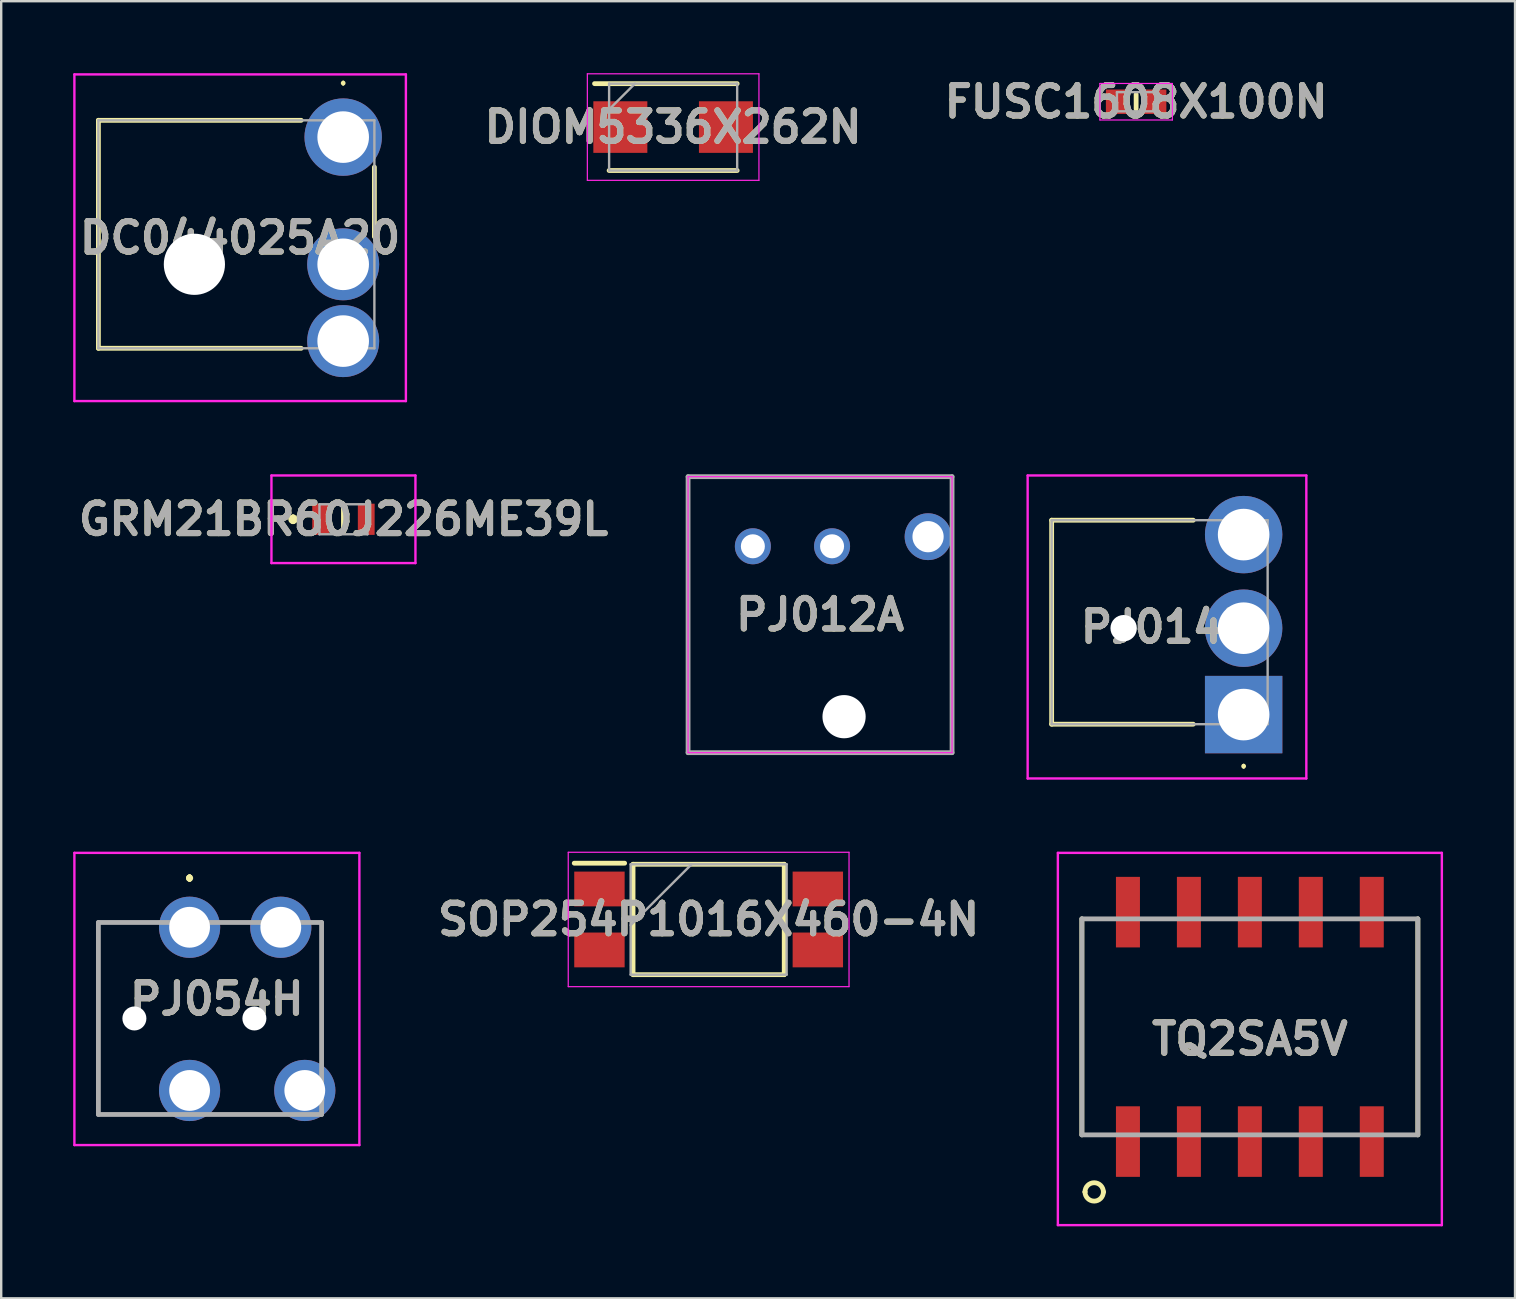
<source format=kicad_pcb>
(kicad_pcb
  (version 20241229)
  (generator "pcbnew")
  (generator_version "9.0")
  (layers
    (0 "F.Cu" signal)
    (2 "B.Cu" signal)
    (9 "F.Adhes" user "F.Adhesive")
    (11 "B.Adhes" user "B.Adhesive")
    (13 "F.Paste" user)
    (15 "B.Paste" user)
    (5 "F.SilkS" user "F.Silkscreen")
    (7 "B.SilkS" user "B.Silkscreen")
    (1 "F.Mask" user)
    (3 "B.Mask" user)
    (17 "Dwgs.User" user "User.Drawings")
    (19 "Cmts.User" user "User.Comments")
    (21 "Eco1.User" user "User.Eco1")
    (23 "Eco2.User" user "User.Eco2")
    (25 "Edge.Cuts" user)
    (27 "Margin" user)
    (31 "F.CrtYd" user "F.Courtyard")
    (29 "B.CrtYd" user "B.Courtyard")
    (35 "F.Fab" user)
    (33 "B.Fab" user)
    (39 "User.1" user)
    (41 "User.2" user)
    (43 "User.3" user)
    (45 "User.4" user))
  (footprint "PJ014D"
    (layer "F.Cu")
    (at 48.771 26.726)
    (property "Reference" "PJ014D" (at -3.194 -3.65 0) (layer "F.SilkS") (effects (font (size 1.27 1.27) (thickness 0.254))))
    (attr through_hole)
    (fp_line (start -8 -8.1) (end -8 0.4) (stroke (width 0.2) (type solid)) (layer "F.SilkS"))
    (fp_line (start -8 0.4) (end -2.1 0.4) (stroke (width 0.2) (type solid)) (layer "F.SilkS"))
    (fp_line (start -2.1 -8.1) (end -8 -8.1) (stroke (width 0.2) (type solid)) (layer "F.SilkS"))
    (fp_line (start 0 2.1) (end 0 2.1) (stroke (width 0.1) (type solid)) (layer "F.SilkS"))
    (fp_line (start 0 2.2) (end 0 2.2) (stroke (width 0.1) (type solid)) (layer "F.SilkS"))
    (fp_arc (start 0 2.1) (mid 0.05 2.15) (end 0 2.2) (stroke (width 0.1) (type solid)) (layer "F.SilkS"))
    (fp_arc (start 0 2.2) (mid -0.05 2.15) (end 0 2.1) (stroke (width 0.1) (type solid)) (layer "F.SilkS"))
    (fp_line (start -9 -9.963) (end 2.612 -9.963) (stroke (width 0.1) (type solid)) (layer "F.CrtYd"))
    (fp_line (start -9 2.662) (end -9 -9.963) (stroke (width 0.1) (type solid)) (layer "F.CrtYd"))
    (fp_line (start 2.612 -9.963) (end 2.612 2.662) (stroke (width 0.1) (type solid)) (layer "F.CrtYd"))
    (fp_line (start 2.612 2.662) (end -9 2.662) (stroke (width 0.1) (type solid)) (layer "F.CrtYd"))
    (fp_line (start -8 -8.1) (end -8 0.4) (stroke (width 0.1) (type solid)) (layer "F.Fab"))
    (fp_line (start -8 0.4) (end 1 0.4) (stroke (width 0.1) (type solid)) (layer "F.Fab"))
    (fp_line (start 1 -8.1) (end -8 -8.1) (stroke (width 0.1) (type solid)) (layer "F.Fab"))
    (fp_line (start 1 0.4) (end 1 -8.1) (stroke (width 0.1) (type solid)) (layer "F.Fab"))
    (fp_text user "${REFERENCE}" (at -3.194 -3.65 0) (layer "F.Fab") (effects (font (size 1.27 1.27) (thickness 0.254))))
    (pad "" np_thru_hole circle (at -5 -3.6) (size 1.1 1.1) (drill 1.1) (layers "*.Cu" "*.Mask"))
    (pad "1" thru_hole rect (at 0 0) (size 3.225 3.225) (drill 2.15) (layers "*.Cu" "*.Mask"))
    (pad "2" thru_hole circle (at 0 -7.5) (size 3.225 3.225) (drill 2.15) (layers "*.Cu" "*.Mask"))
    (pad "3" thru_hole circle (at 0 -3.6) (size 3.225 3.225) (drill 2.15) (layers "*.Cu" "*.Mask")))
  (footprint "PJ054H"
    (layer "F.Cu")
    (at 4.85 35.588)
    (property "Reference" "PJ054H" (at 1.137 2.987 0) (layer "F.SilkS") (effects (font (size 1.27 1.27) (thickness 0.254))))
    (attr through_hole)
    (fp_line (start -3.8 -0.2) (end -3.8 -0.2) (stroke (width 0.1) (type solid)) (layer "F.SilkS"))
    (fp_line (start -3.8 -0.2) (end -3.8 -0.2) (stroke (width 0.1) (type solid)) (layer "F.SilkS"))
    (fp_line (start -3.8 -0.2) (end -3.8 7.8) (stroke (width 0.1) (type solid)) (layer "F.SilkS"))
    (fp_line (start -3.8 -0.2) (end -1.8 -0.2) (stroke (width 0.1) (type solid)) (layer "F.SilkS"))
    (fp_line (start -3.8 7.8) (end -3.8 -0.2) (stroke (width 0.1) (type solid)) (layer "F.SilkS"))
    (fp_line (start -3.8 7.8) (end -3.8 7.8) (stroke (width 0.1) (type solid)) (layer "F.SilkS"))
    (fp_line (start -3.8 7.8) (end -3.8 7.8) (stroke (width 0.1) (type solid)) (layer "F.SilkS"))
    (fp_line (start -3.8 7.8) (end -1.55 7.8) (stroke (width 0.1) (type solid)) (layer "F.SilkS"))
    (fp_line (start -1.8 -0.2) (end -3.8 -0.2) (stroke (width 0.1) (type solid)) (layer "F.SilkS"))
    (fp_line (start -1.8 -0.2) (end -1.8 -0.2) (stroke (width 0.1) (type solid)) (layer "F.SilkS"))
    (fp_line (start -1.55 7.8) (end -3.8 7.8) (stroke (width 0.1) (type solid)) (layer "F.SilkS"))
    (fp_line (start -1.55 7.8) (end -1.55 7.8) (stroke (width 0.1) (type solid)) (layer "F.SilkS"))
    (fp_line (start 0 -2.1) (end 0 -2.1) (stroke (width 0.2) (type solid)) (layer "F.SilkS"))
    (fp_line (start 0 -2.1) (end 0 -2.1) (stroke (width 0.2) (type solid)) (layer "F.SilkS"))
    (fp_line (start 0 -2) (end 0 -2) (stroke (width 0.2) (type solid)) (layer "F.SilkS"))
    (fp_line (start 1.45 7.8) (end 1.45 7.8) (stroke (width 0.1) (type solid)) (layer "F.SilkS"))
    (fp_line (start 1.45 7.8) (end 3.45 7.8) (stroke (width 0.1) (type solid)) (layer "F.SilkS"))
    (fp_line (start 1.7 -0.2) (end 1.7 -0.2) (stroke (width 0.1) (type solid)) (layer "F.SilkS"))
    (fp_line (start 1.7 -0.2) (end 1.95 -0.2) (stroke (width 0.1) (type solid)) (layer "F.SilkS"))
    (fp_line (start 1.95 -0.2) (end 1.7 -0.2) (stroke (width 0.1) (type solid)) (layer "F.SilkS"))
    (fp_line (start 1.95 -0.2) (end 1.95 -0.2) (stroke (width 0.1) (type solid)) (layer "F.SilkS"))
    (fp_line (start 3.45 7.8) (end 1.45 7.8) (stroke (width 0.1) (type solid)) (layer "F.SilkS"))
    (fp_line (start 3.45 7.8) (end 3.45 7.8) (stroke (width 0.1) (type solid)) (layer "F.SilkS"))
    (fp_line (start 5.5 -0.2) (end 5.5 -0.2) (stroke (width 0.1) (type solid)) (layer "F.SilkS"))
    (fp_line (start 5.5 -0.2) (end 5.5 5.3) (stroke (width 0.1) (type solid)) (layer "F.SilkS"))
    (fp_line (start 5.5 5.3) (end 5.5 -0.2) (stroke (width 0.1) (type solid)) (layer "F.SilkS"))
    (fp_line (start 5.5 5.3) (end 5.5 5.3) (stroke (width 0.1) (type solid)) (layer "F.SilkS"))
    (fp_arc (start 0 -2.1) (mid 0.05 -2.05) (end 0 -2) (stroke (width 0.2) (type solid)) (layer "F.SilkS"))
    (fp_arc (start 0 -2) (mid -0.05 -2.05) (end 0 -2.1) (stroke (width 0.2) (type solid)) (layer "F.SilkS"))
    (fp_arc (start 0 -2) (mid -0.05 -2.05) (end 0 -2.1) (stroke (width 0.2) (type solid)) (layer "F.SilkS"))
    (fp_line (start -4.8 -3.1) (end -4.8 9.075) (stroke (width 0.1) (type solid)) (layer "F.CrtYd"))
    (fp_line (start -4.8 9.075) (end 7.075 9.075) (stroke (width 0.1) (type solid)) (layer "F.CrtYd"))
    (fp_line (start 7.075 -3.1) (end -4.8 -3.1) (stroke (width 0.1) (type solid)) (layer "F.CrtYd"))
    (fp_line (start 7.075 9.075) (end 7.075 -3.1) (stroke (width 0.1) (type solid)) (layer "F.CrtYd"))
    (fp_line (start -3.8 -0.2) (end 5.5 -0.2) (stroke (width 0.2) (type solid)) (layer "F.Fab"))
    (fp_line (start -3.8 7.8) (end -3.8 -0.2) (stroke (width 0.2) (type solid)) (layer "F.Fab"))
    (fp_line (start 5.5 -0.2) (end 5.5 7.8) (stroke (width 0.2) (type solid)) (layer "F.Fab"))
    (fp_line (start 5.5 7.8) (end -3.8 7.8) (stroke (width 0.2) (type solid)) (layer "F.Fab"))
    (fp_text user "${REFERENCE}" (at 1.137 2.987 0) (layer "F.Fab") (effects (font (size 1.27 1.27) (thickness 0.254))))
    (pad "" np_thru_hole circle (at -2.3 3.8) (size 1 1) (drill 1) (layers "*.Cu" "*.Mask"))
    (pad "" np_thru_hole circle (at 2.7 3.8) (size 1 1) (drill 1) (layers "*.Cu" "*.Mask"))
    (pad "1" thru_hole circle (at 0 0) (size 2.55 2.55) (drill 1.7) (layers "*.Cu" "*.Mask"))
    (pad "2" thru_hole circle (at 0 6.8) (size 2.55 2.55) (drill 1.7) (layers "*.Cu" "*.Mask"))
    (pad "3" thru_hole circle (at 4.8 6.8) (size 2.55 2.55) (drill 1.7) (layers "*.Cu" "*.Mask"))
    (pad "4" thru_hole circle (at 3.8 0) (size 2.55 2.55) (drill 1.7) (layers "*.Cu" "*.Mask")))
  (footprint "GRM21BR60J226ME39L"
    (layer "F.Cu")
    (at 11.261 18.588)
    (property "Reference" "GRM21BR60J226ME39L" (at 0 0 0) (layer "F.SilkS") (effects (font (size 1.27 1.27) (thickness 0.254))))
    (attr smd)
    (fp_line (start -2.1 -0.1) (end -2.1 -0.1) (stroke (width 0.2) (type solid)) (layer "F.SilkS"))
    (fp_line (start -2.1 0.1) (end -2.1 0.1) (stroke (width 0.2) (type solid)) (layer "F.SilkS"))
    (fp_line (start 0 -0.525) (end 0 0.525) (stroke (width 0.2) (type solid)) (layer "F.SilkS"))
    (fp_arc (start -2.1 -0.1) (mid -2 0) (end -2.1 0.1) (stroke (width 0.2) (type solid)) (layer "F.SilkS"))
    (fp_arc (start -2.1 0.1) (mid -2.2 0) (end -2.1 -0.1) (stroke (width 0.2) (type solid)) (layer "F.SilkS"))
    (fp_line (start -3 -1.825) (end 3 -1.825) (stroke (width 0.1) (type solid)) (layer "F.CrtYd"))
    (fp_line (start -3 1.825) (end -3 -1.825) (stroke (width 0.1) (type solid)) (layer "F.CrtYd"))
    (fp_line (start 3 -1.825) (end 3 1.825) (stroke (width 0.1) (type solid)) (layer "F.CrtYd"))
    (fp_line (start 3 1.825) (end -3 1.825) (stroke (width 0.1) (type solid)) (layer "F.CrtYd"))
    (fp_line (start -1 -0.625) (end 1 -0.625) (stroke (width 0.1) (type solid)) (layer "F.Fab"))
    (fp_line (start -1 0.625) (end -1 -0.625) (stroke (width 0.1) (type solid)) (layer "F.Fab"))
    (fp_line (start 1 -0.625) (end 1 0.625) (stroke (width 0.1) (type solid)) (layer "F.Fab"))
    (fp_line (start 1 0.625) (end -1 0.625) (stroke (width 0.1) (type solid)) (layer "F.Fab"))
    (fp_text user "${REFERENCE}" (at 0 0 0) (layer "F.Fab") (effects (font (size 1.27 1.27) (thickness 0.254))))
    (pad "1" smd rect (at -0.95 0) (size 0.7 1.3) (layers "F.Cu" "F.Mask" "F.Paste"))
    (pad "2" smd rect (at 0.95 0) (size 0.7 1.3) (layers "F.Cu" "F.Mask" "F.Paste")))
  (footprint "SOP254P1016X460-4N"
    (layer "F.Cu")
    (at 26.478 35.263)
    (property "Reference" "SOP254P1016X460-4N" (at 0 0 0) (layer "F.SilkS") (effects (font (size 1.27 1.27) (thickness 0.254))))
    (attr smd)
    (fp_line (start -5.6 -2.345) (end -3.5 -2.345) (stroke (width 0.2) (type solid)) (layer "F.SilkS"))
    (fp_line (start -3.15 -2.3) (end 3.15 -2.3) (stroke (width 0.2) (type solid)) (layer "F.SilkS"))
    (fp_line (start -3.15 2.3) (end -3.15 -2.3) (stroke (width 0.2) (type solid)) (layer "F.SilkS"))
    (fp_line (start 3.15 -2.3) (end 3.15 2.3) (stroke (width 0.2) (type solid)) (layer "F.SilkS"))
    (fp_line (start 3.15 2.3) (end -3.15 2.3) (stroke (width 0.2) (type solid)) (layer "F.SilkS"))
    (fp_line (start -5.85 -2.8) (end 5.85 -2.8) (stroke (width 0.05) (type solid)) (layer "F.CrtYd"))
    (fp_line (start -5.85 2.8) (end -5.85 -2.8) (stroke (width 0.05) (type solid)) (layer "F.CrtYd"))
    (fp_line (start 5.85 -2.8) (end 5.85 2.8) (stroke (width 0.05) (type solid)) (layer "F.CrtYd"))
    (fp_line (start 5.85 2.8) (end -5.85 2.8) (stroke (width 0.05) (type solid)) (layer "F.CrtYd"))
    (fp_line (start -3.25 -2.3) (end 3.25 -2.3) (stroke (width 0.1) (type solid)) (layer "F.Fab"))
    (fp_line (start -3.25 0.24) (end -0.71 -2.3) (stroke (width 0.1) (type solid)) (layer "F.Fab"))
    (fp_line (start -3.25 2.3) (end -3.25 -2.3) (stroke (width 0.1) (type solid)) (layer "F.Fab"))
    (fp_line (start 3.25 -2.3) (end 3.25 2.3) (stroke (width 0.1) (type solid)) (layer "F.Fab"))
    (fp_line (start 3.25 2.3) (end -3.25 2.3) (stroke (width 0.1) (type solid)) (layer "F.Fab"))
    (fp_text user "${REFERENCE}" (at 0 0 0) (layer "F.Fab") (effects (font (size 1.27 1.27) (thickness 0.254))))
    (pad "1" smd rect (at -4.55 -1.27 90) (size 1.45 2.1) (layers "F.Cu" "F.Mask" "F.Paste"))
    (pad "2" smd rect (at -4.55 1.27 90) (size 1.45 2.1) (layers "F.Cu" "F.Mask" "F.Paste"))
    (pad "3" smd rect (at 4.55 1.27 90) (size 1.45 2.1) (layers "F.Cu" "F.Mask" "F.Paste"))
    (pad "4" smd rect (at 4.55 -1.27 90) (size 1.45 2.1) (layers "F.Cu" "F.Mask" "F.Paste")))
  (footprint "DIOM5336X262N"
    (layer "F.Cu")
    (at 24.999 2.245)
    (property "Reference" "DIOM5336X262N" (at 0 0 0) (layer "F.SilkS") (effects (font (size 1.27 1.27) (thickness 0.254))))
    (attr smd)
    (fp_line (start -2.668 1.81) (end 2.668 1.81) (stroke (width 0.2) (type solid)) (layer "F.SilkS"))
    (fp_line (start 2.668 -1.81) (end -3.275 -1.81) (stroke (width 0.2) (type solid)) (layer "F.SilkS"))
    (fp_line (start -3.575 -2.22) (end 3.575 -2.22) (stroke (width 0.05) (type solid)) (layer "F.CrtYd"))
    (fp_line (start -3.575 2.22) (end -3.575 -2.22) (stroke (width 0.05) (type solid)) (layer "F.CrtYd"))
    (fp_line (start 3.575 -2.22) (end 3.575 2.22) (stroke (width 0.05) (type solid)) (layer "F.CrtYd"))
    (fp_line (start 3.575 2.22) (end -3.575 2.22) (stroke (width 0.05) (type solid)) (layer "F.CrtYd"))
    (fp_line (start -2.668 -1.81) (end 2.668 -1.81) (stroke (width 0.1) (type solid)) (layer "F.Fab"))
    (fp_line (start -2.668 -0.735) (end -1.592 -1.81) (stroke (width 0.1) (type solid)) (layer "F.Fab"))
    (fp_line (start -2.668 1.81) (end -2.668 -1.81) (stroke (width 0.1) (type solid)) (layer "F.Fab"))
    (fp_line (start 2.668 -1.81) (end 2.668 1.81) (stroke (width 0.1) (type solid)) (layer "F.Fab"))
    (fp_line (start 2.668 1.81) (end -2.668 1.81) (stroke (width 0.1) (type solid)) (layer "F.Fab"))
    (fp_text user "${REFERENCE}" (at 0 0 0) (layer "F.Fab") (effects (font (size 1.27 1.27) (thickness 0.254))))
    (pad "1" smd rect (at -2.2 0 90) (size 2.15 2.25) (layers "F.Cu" "F.Mask" "F.Paste"))
    (pad "2" smd rect (at 2.2 0 90) (size 2.15 2.25) (layers "F.Cu" "F.Mask" "F.Paste")))
  (footprint "PJ012A"
    (layer "F.Cu")
    (at 32.121 26.813)
    (property "Reference" "PJ012A" (at -1 -4.25 0) (layer "F.SilkS") (effects (font (size 1.27 1.27) (thickness 0.254))))
    (attr through_hole)
    (fp_line (start -6.5 -10) (end 4.5 -10) (stroke (width 0.1) (type solid)) (layer "F.SilkS"))
    (fp_line (start -6.5 1.5) (end -6.5 -10) (stroke (width 0.1) (type solid)) (layer "F.SilkS"))
    (fp_line (start 4.5 -10) (end 4.5 1.5) (stroke (width 0.1) (type solid)) (layer "F.SilkS"))
    (fp_line (start 4.5 1.5) (end -6.5 1.5) (stroke (width 0.1) (type solid)) (layer "F.SilkS"))
    (fp_line (start -6.5 -10) (end 4.5 -10) (stroke (width 0.05) (type default)) (layer "F.CrtYd"))
    (fp_line (start -6.5 1.5) (end -6.5 -10) (stroke (width 0.05) (type default)) (layer "F.CrtYd"))
    (fp_line (start 4.5 -10) (end 4.5 1.5) (stroke (width 0.05) (type default)) (layer "F.CrtYd"))
    (fp_line (start 4.5 1.5) (end -6.5 1.5) (stroke (width 0.05) (type default)) (layer "F.CrtYd"))
    (fp_line (start -6.5 -10) (end 4.5 -10) (stroke (width 0.2) (type solid)) (layer "F.Fab"))
    (fp_line (start -6.5 1.5) (end -6.5 -10) (stroke (width 0.2) (type solid)) (layer "F.Fab"))
    (fp_line (start 4.5 -10) (end 4.5 1.5) (stroke (width 0.2) (type solid)) (layer "F.Fab"))
    (fp_line (start 4.5 1.5) (end -6.5 1.5) (stroke (width 0.2) (type solid)) (layer "F.Fab"))
    (fp_text user "${REFERENCE}" (at -1 -4.25 0) (layer "F.Fab") (effects (font (size 1.27 1.27) (thickness 0.254))))
    (pad "" np_thru_hole circle (at 0 0) (size 1.8 1.8) (drill 1.8) (layers "*.Cu" "*.Mask"))
    (pad "1" thru_hole circle (at -3.8 -7.1) (size 1.5 1.5) (drill 1) (layers "*.Cu" "*.Mask"))
    (pad "2" thru_hole circle (at 3.5 -7.5) (size 1.95 1.95) (drill 1.3) (layers "*.Cu" "*.Mask"))
    (pad "3" thru_hole circle (at -0.5 -7.1) (size 1.5 1.5) (drill 1) (layers "*.Cu" "*.Mask")))
  (footprint "TQ2SA5V"
    (layer "F.Cu")
    (at 49.03 39.738)
    (property "Reference" "TQ2SA5V" (at 0 0.505 0) (layer "F.SilkS") (effects (font (size 1.27 1.27) (thickness 0.254))))
    (attr smd)
    (fp_line (start -7 -4.5) (end -7 4.5) (stroke (width 0.2) (type solid)) (layer "F.SilkS"))
    (fp_line (start -6.87 6.878) (end -6.87 6.878) (stroke (width 0.2) (type solid)) (layer "F.SilkS"))
    (fp_line (start -6.104 6.878) (end -6.104 6.878) (stroke (width 0.2) (type solid)) (layer "F.SilkS"))
    (fp_line (start 7 -4.5) (end 7 4.5) (stroke (width 0.2) (type solid)) (layer "F.SilkS"))
    (fp_arc (start -6.87 6.878) (mid -6.487 6.495) (end -6.104 6.878) (stroke (width 0.2) (type solid)) (layer "F.SilkS"))
    (fp_arc (start -6.104 6.878) (mid -6.487 7.261) (end -6.87 6.878) (stroke (width 0.2) (type solid)) (layer "F.SilkS"))
    (fp_line (start -8 -7.25) (end 8 -7.25) (stroke (width 0.1) (type solid)) (layer "F.CrtYd"))
    (fp_line (start -8 8.261) (end -8 -7.25) (stroke (width 0.1) (type solid)) (layer "F.CrtYd"))
    (fp_line (start 8 -7.25) (end 8 8.261) (stroke (width 0.1) (type solid)) (layer "F.CrtYd"))
    (fp_line (start 8 8.261) (end -8 8.261) (stroke (width 0.1) (type solid)) (layer "F.CrtYd"))
    (fp_line (start -7 -4.5) (end 7 -4.5) (stroke (width 0.2) (type solid)) (layer "F.Fab"))
    (fp_line (start -7 4.5) (end -7 -4.5) (stroke (width 0.2) (type solid)) (layer "F.Fab"))
    (fp_line (start 7 -4.5) (end 7 4.5) (stroke (width 0.2) (type solid)) (layer "F.Fab"))
    (fp_line (start 7 4.5) (end -7 4.5) (stroke (width 0.2) (type solid)) (layer "F.Fab"))
    (fp_text user "${REFERENCE}" (at 0 0.505 0) (layer "F.Fab") (effects (font (size 1.27 1.27) (thickness 0.254))))
    (pad "1" smd rect (at -5.08 4.78) (size 1 2.94) (layers "F.Cu" "F.Mask" "F.Paste"))
    (pad "2" smd rect (at -2.54 4.78) (size 1 2.94) (layers "F.Cu" "F.Mask" "F.Paste"))
    (pad "3" smd rect (at 0 4.78) (size 1 2.94) (layers "F.Cu" "F.Mask" "F.Paste"))
    (pad "4" smd rect (at 2.54 4.78) (size 1 2.94) (layers "F.Cu" "F.Mask" "F.Paste"))
    (pad "5" smd rect (at 5.08 4.78) (size 1 2.94) (layers "F.Cu" "F.Mask" "F.Paste"))
    (pad "6" smd rect (at 5.08 -4.78) (size 1 2.94) (layers "F.Cu" "F.Mask" "F.Paste"))
    (pad "7" smd rect (at 2.54 -4.78) (size 1 2.94) (layers "F.Cu" "F.Mask" "F.Paste"))
    (pad "8" smd rect (at 0 -4.78) (size 1 2.94) (layers "F.Cu" "F.Mask" "F.Paste"))
    (pad "9" smd rect (at -2.54 -4.78) (size 1 2.94) (layers "F.Cu" "F.Mask" "F.Paste"))
    (pad "10" smd rect (at -5.08 -4.78) (size 1 2.94) (layers "F.Cu" "F.Mask" "F.Paste")))
  (footprint "DC044025A20"
    (layer "F.Cu")
    (at 5.05 7.963)
    (property "Reference" "DC044025A20" (at 1.906 -1.106 0) (layer "F.SilkS") (effects (font (size 1.27 1.27) (thickness 0.254))))
    (attr through_hole)
    (fp_line (start -4 -6) (end -4 3.5) (stroke (width 0.2) (type solid)) (layer "F.SilkS"))
    (fp_line (start -4 3.5) (end 4.45 3.5) (stroke (width 0.2) (type solid)) (layer "F.SilkS"))
    (fp_line (start 4.45 -6) (end -4 -6) (stroke (width 0.2) (type solid)) (layer "F.SilkS"))
    (fp_line (start 6.2 -7.6) (end 6.2 -7.6) (stroke (width 0.1) (type solid)) (layer "F.SilkS"))
    (fp_line (start 6.2 -7.5) (end 6.2 -7.5) (stroke (width 0.1) (type solid)) (layer "F.SilkS"))
    (fp_line (start 7.5 -1.15) (end 7.5 -4.05) (stroke (width 0.2) (type solid)) (layer "F.SilkS"))
    (fp_arc (start 6.2 -7.6) (mid 6.25 -7.55) (end 6.2 -7.5) (stroke (width 0.1) (type solid)) (layer "F.SilkS"))
    (fp_arc (start 6.2 -7.5) (mid 6.15 -7.55) (end 6.2 -7.6) (stroke (width 0.1) (type solid)) (layer "F.SilkS"))
    (fp_line (start -5 -7.913) (end 8.813 -7.913) (stroke (width 0.1) (type solid)) (layer "F.CrtYd"))
    (fp_line (start -5 5.7) (end -5 -7.913) (stroke (width 0.1) (type solid)) (layer "F.CrtYd"))
    (fp_line (start 8.813 -7.913) (end 8.813 5.7) (stroke (width 0.1) (type solid)) (layer "F.CrtYd"))
    (fp_line (start 8.813 5.7) (end -5 5.7) (stroke (width 0.1) (type solid)) (layer "F.CrtYd"))
    (fp_line (start -4 -6) (end -4 3.5) (stroke (width 0.1) (type solid)) (layer "F.Fab"))
    (fp_line (start -4 3.5) (end 7.5 3.5) (stroke (width 0.1) (type solid)) (layer "F.Fab"))
    (fp_line (start 7.5 -6) (end -4 -6) (stroke (width 0.1) (type solid)) (layer "F.Fab"))
    (fp_line (start 7.5 3.5) (end 7.5 -6) (stroke (width 0.1) (type solid)) (layer "F.Fab"))
    (fp_text user "${REFERENCE}" (at 1.906 -1.106 0) (layer "F.Fab") (effects (font (size 1.27 1.27) (thickness 0.254))))
    (pad "" np_thru_hole circle (at 0 0) (size 2.55 2.55) (drill 2.55) (layers "*.Cu" "*.Mask"))
    (pad "2" thru_hole circle (at 6.2 -5.3) (size 3.225 3.225) (drill 2.15) (layers "*.Cu" "*.Mask"))
    (pad "3" thru_hole circle (at 6.2 0) (size 3 3) (drill 2.15) (layers "*.Cu" "*.Mask"))
    (pad "4" thru_hole circle (at 6.2 3.2) (size 3 3) (drill 2.15) (layers "*.Cu" "*.Mask")))
  (footprint "FUSC1608X100N"
    (layer "F.Cu")
    (at 44.291 1.189)
    (property "Reference" "FUSC1608X100N" (at 0 0 0) (layer "F.SilkS") (effects (font (size 1.27 1.27) (thickness 0.254))))
    (attr smd)
    (fp_line (start 0 -0.3) (end 0 0.3) (stroke (width 0.2) (type solid)) (layer "F.SilkS"))
    (fp_line (start -1.51 -0.76) (end 1.51 -0.76) (stroke (width 0.05) (type solid)) (layer "F.CrtYd"))
    (fp_line (start -1.51 0.76) (end -1.51 -0.76) (stroke (width 0.05) (type solid)) (layer "F.CrtYd"))
    (fp_line (start 1.51 -0.76) (end 1.51 0.76) (stroke (width 0.05) (type solid)) (layer "F.CrtYd"))
    (fp_line (start 1.51 0.76) (end -1.51 0.76) (stroke (width 0.05) (type solid)) (layer "F.CrtYd"))
    (fp_line (start -0.8 -0.4) (end 0.8 -0.4) (stroke (width 0.1) (type solid)) (layer "F.Fab"))
    (fp_line (start -0.8 0.4) (end -0.8 -0.4) (stroke (width 0.1) (type solid)) (layer "F.Fab"))
    (fp_line (start 0.8 -0.4) (end 0.8 0.4) (stroke (width 0.1) (type solid)) (layer "F.Fab"))
    (fp_line (start 0.8 0.4) (end -0.8 0.4) (stroke (width 0.1) (type solid)) (layer "F.Fab"))
    (fp_text user "${REFERENCE}" (at 0 0 0) (layer "F.Fab") (effects (font (size 1.27 1.27) (thickness 0.254))))
    (pad "1" smd rect (at -0.785 0) (size 0.95 1.02) (layers "F.Cu" "F.Mask" "F.Paste"))
    (pad "2" smd rect (at 0.785 0) (size 0.95 1.02) (layers "F.Cu" "F.Mask" "F.Paste")))
  (gr_rect
    (start -3 -3)
    (end 60.08 51.049)
    (stroke (width 0.1) (type default))
    (fill no)
    (layer "Edge.Cuts")))
</source>
